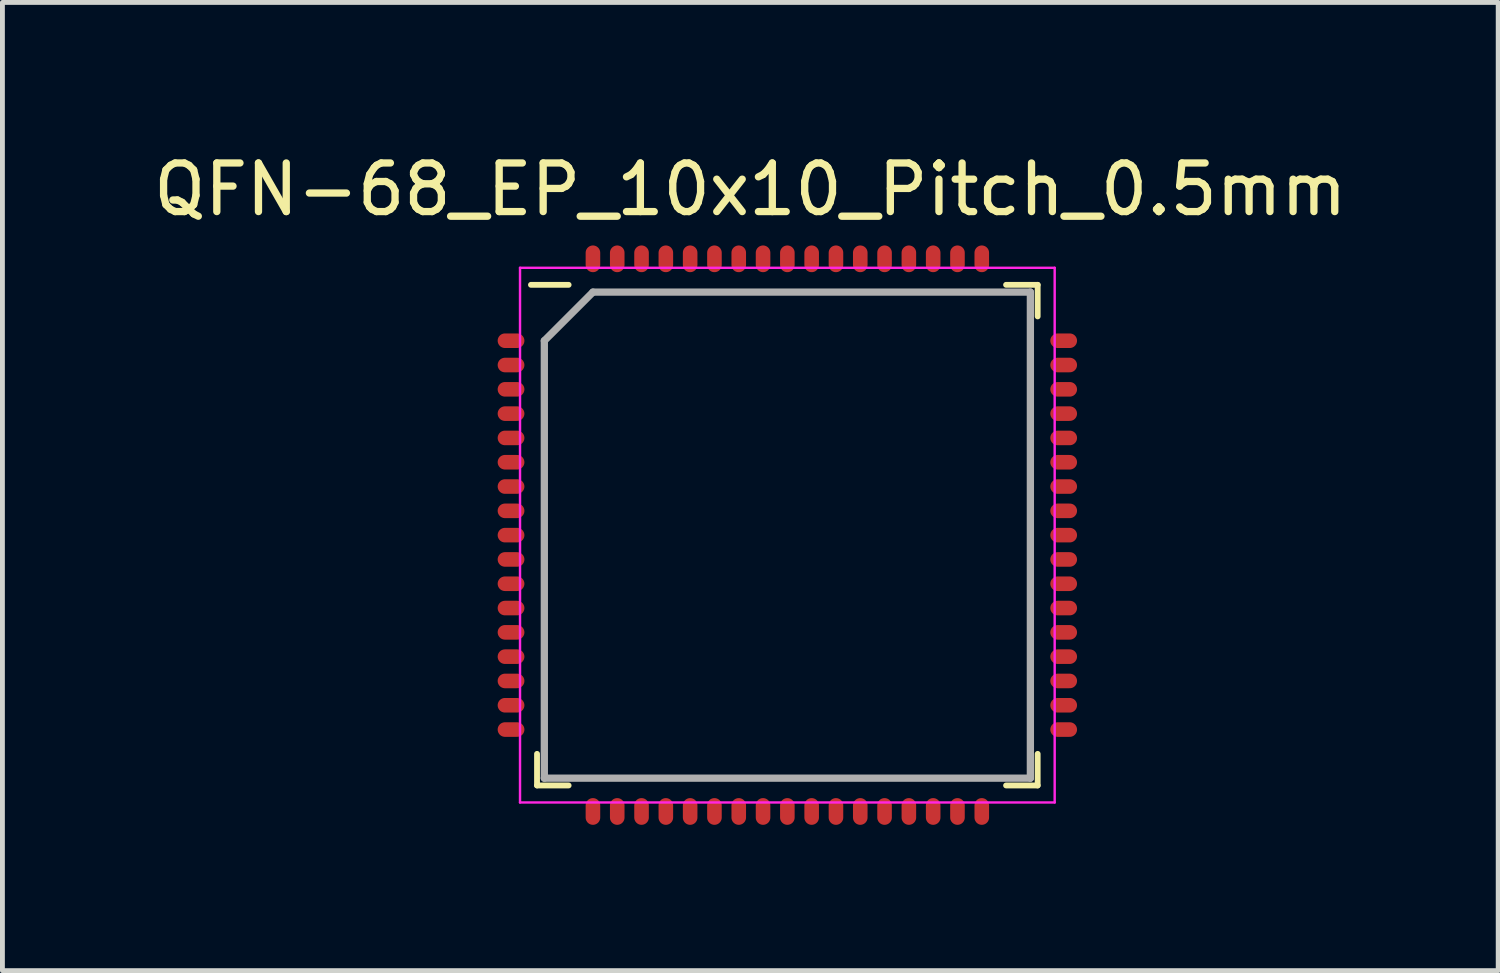
<source format=kicad_pcb>
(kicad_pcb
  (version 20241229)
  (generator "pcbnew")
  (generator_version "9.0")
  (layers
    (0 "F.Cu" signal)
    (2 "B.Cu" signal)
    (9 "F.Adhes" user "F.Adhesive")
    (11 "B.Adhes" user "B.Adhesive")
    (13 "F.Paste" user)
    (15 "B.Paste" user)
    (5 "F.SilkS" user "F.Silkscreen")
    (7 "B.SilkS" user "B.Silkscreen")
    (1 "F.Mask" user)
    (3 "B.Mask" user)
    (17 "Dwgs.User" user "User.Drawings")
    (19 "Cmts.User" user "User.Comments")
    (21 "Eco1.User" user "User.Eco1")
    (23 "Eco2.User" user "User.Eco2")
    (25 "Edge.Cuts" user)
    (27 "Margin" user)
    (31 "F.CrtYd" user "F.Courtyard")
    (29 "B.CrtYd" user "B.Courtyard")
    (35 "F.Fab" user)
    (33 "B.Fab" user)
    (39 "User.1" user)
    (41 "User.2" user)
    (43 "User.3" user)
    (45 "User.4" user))
  (footprint "QFN-68_EP_10x10_Pitch_0.5mm"
    (layer "F.Cu")
    (at 13.149 7.96)
    (property "Reference" "QFN-68_EP_10x10_Pitch_0.5mm" (at -0.762 -7.112 0) (layer "F.SilkS") (effects (font (size 1 1) (thickness 0.15))))
    (attr smd)
    (fp_line (start -5.15 5.15) (end -5.15 4.5) (stroke (width 0.12) (type solid)) (layer "F.SilkS"))
    (fp_line (start -4.5 -5.15) (end -5.275 -5.15) (stroke (width 0.12) (type solid)) (layer "F.SilkS"))
    (fp_line (start -4.5 5.15) (end -5.15 5.15) (stroke (width 0.12) (type solid)) (layer "F.SilkS"))
    (fp_line (start 4.5 -5.15) (end 5.15 -5.15) (stroke (width 0.12) (type solid)) (layer "F.SilkS"))
    (fp_line (start 4.5 5.15) (end 5.15 5.15) (stroke (width 0.12) (type solid)) (layer "F.SilkS"))
    (fp_line (start 5.15 -5.15) (end 5.15 -4.5) (stroke (width 0.12) (type solid)) (layer "F.SilkS"))
    (fp_line (start 5.15 5.15) (end 5.15 4.5) (stroke (width 0.12) (type solid)) (layer "F.SilkS"))
    (fp_line (start -5.5 -5.5) (end 5.5 -5.5) (stroke (width 0.05) (type solid)) (layer "F.CrtYd"))
    (fp_line (start -5.5 5.5) (end -5.5 -5.5) (stroke (width 0.05) (type solid)) (layer "F.CrtYd"))
    (fp_line (start 5.5 -5.5) (end 5.5 5.5) (stroke (width 0.05) (type solid)) (layer "F.CrtYd"))
    (fp_line (start 5.5 5.5) (end -5.5 5.5) (stroke (width 0.05) (type solid)) (layer "F.CrtYd"))
    (fp_line (start -5 -4) (end -5 5) (stroke (width 0.15) (type solid)) (layer "F.Fab"))
    (fp_line (start -5 5) (end 5 5) (stroke (width 0.15) (type solid)) (layer "F.Fab"))
    (fp_line (start -4 -5) (end -5 -4) (stroke (width 0.15) (type solid)) (layer "F.Fab"))
    (fp_line (start 5 -5) (end -4 -5) (stroke (width 0.15) (type solid)) (layer "F.Fab"))
    (fp_line (start 5 5) (end 5 -5) (stroke (width 0.15) (type solid)) (layer "F.Fab"))
    (pad "" smd rect (at -2.88 -2.88) (size 1.92 1.92) (layers "F.Paste"))
    (pad "" smd rect (at -2.88 -0.96) (size 1.92 1.92) (layers "F.Paste"))
    (pad "" smd rect (at -2.88 0.96) (size 1.92 1.92) (layers "F.Paste"))
    (pad "" smd rect (at -2.88 2.88) (size 1.92 1.92) (layers "F.Paste"))
    (pad "" smd rect (at -0.96 -2.88) (size 1.92 1.92) (layers "F.Paste"))
    (pad "" smd rect (at -0.96 -0.96) (size 1.92 1.92) (layers "F.Paste"))
    (pad "" smd rect (at -0.96 -0.96) (size 1.92 1.92) (layers "F.Paste"))
    (pad "" smd rect (at -0.96 0.96) (size 1.92 1.92) (layers "F.Paste"))
    (pad "" smd rect (at -0.96 2.88) (size 1.92 1.92) (layers "F.Paste"))
    (pad "" smd rect (at 0.96 -2.88) (size 1.92 1.92) (layers "F.Paste"))
    (pad "" smd rect (at 0.96 -0.96) (size 1.92 1.92) (layers "F.Paste"))
    (pad "" smd rect (at 0.96 0.96) (size 1.92 1.92) (layers "F.Paste"))
    (pad "" smd rect (at 0.96 2.88) (size 1.92 1.92) (layers "F.Paste"))
    (pad "" smd rect (at 2.88 -2.88) (size 1.92 1.92) (layers "F.Paste"))
    (pad "" smd rect (at 2.88 -0.96) (size 1.92 1.92) (layers "F.Paste"))
    (pad "" smd rect (at 2.88 0.96) (size 1.92 1.92) (layers "F.Paste"))
    (pad "" smd rect (at 2.88 2.88) (size 1.92 1.92) (layers "F.Paste"))
    (pad "CC0" smd oval (at -5.685 0.5 90) (size 0.3 0.55) (layers "F.Cu" "F.Mask" "F.Paste"))
    (pad "CC1" smd oval (at -5.685 1 90) (size 0.3 0.55) (layers "F.Cu" "F.Mask" "F.Paste"))
    (pad "CLK" smd oval (at -5.685 -0.5 90) (size 0.3 0.55) (layers "F.Cu" "F.Mask" "F.Paste"))
    (pad "CLK'" smd oval (at -5.685 0 90) (size 0.3 0.55) (layers "F.Cu" "F.Mask" "F.Paste"))
    (pad "DINN1" smd oval (at -2.5 -5.685) (size 0.3 0.55) (layers "F.Cu" "F.Mask" "F.Paste"))
    (pad "DINN2" smd oval (at -1.5 -5.685) (size 0.3 0.55) (layers "F.Cu" "F.Mask" "F.Paste"))
    (pad "DINN3" smd oval (at -0.5 -5.685) (size 0.3 0.55) (layers "F.Cu" "F.Mask" "F.Paste"))
    (pad "DINN4" smd oval (at 0.5 -5.685) (size 0.3 0.55) (layers "F.Cu" "F.Mask" "F.Paste"))
    (pad "DINN5" smd oval (at -2.5 5.685) (size 0.3 0.55) (layers "F.Cu" "F.Mask" "F.Paste"))
    (pad "DINN6" smd oval (at -1.5 5.685) (size 0.3 0.55) (layers "F.Cu" "F.Mask" "F.Paste"))
    (pad "DINN7" smd oval (at -0.5 5.685) (size 0.3 0.55) (layers "F.Cu" "F.Mask" "F.Paste"))
    (pad "DINN8" smd oval (at 0.5 5.685) (size 0.3 0.55) (layers "F.Cu" "F.Mask" "F.Paste"))
    (pad "DINP1" smd oval (at -3 -5.685) (size 0.3 0.55) (layers "F.Cu" "F.Mask" "F.Paste"))
    (pad "DINP2" smd oval (at -2 -5.685) (size 0.3 0.55) (layers "F.Cu" "F.Mask" "F.Paste"))
    (pad "DINP3" smd oval (at -1 -5.685) (size 0.3 0.55) (layers "F.Cu" "F.Mask" "F.Paste"))
    (pad "DINP4" smd oval (at 0 -5.685) (size 0.3 0.55) (layers "F.Cu" "F.Mask" "F.Paste"))
    (pad "DINP5" smd oval (at -3 5.685) (size 0.3 0.55) (layers "F.Cu" "F.Mask" "F.Paste"))
    (pad "DINP6" smd oval (at -2 5.685) (size 0.3 0.55) (layers "F.Cu" "F.Mask" "F.Paste"))
    (pad "DINP7" smd oval (at -1 5.685) (size 0.3 0.55) (layers "F.Cu" "F.Mask" "F.Paste"))
    (pad "DINP8" smd oval (at 0 5.685) (size 0.3 0.55) (layers "F.Cu" "F.Mask" "F.Paste"))
    (pad "GND" smd oval (at -4 -5.685) (size 0.3 0.55) (layers "F.Cu" "F.Mask" "F.Paste"))
    (pad "GND" smd oval (at -4 5.685) (size 0.3 0.55) (layers "F.Cu" "F.Mask" "F.Paste"))
    (pad "GND" smd oval (at 3.5 -5.685) (size 0.3 0.55) (layers "F.Cu" "F.Mask" "F.Paste"))
    (pad "GND" smd oval (at 3.5 5.685) (size 0.3 0.55) (layers "F.Cu" "F.Mask" "F.Paste"))
    (pad "GND" smd oval (at 5.685 0 90) (size 0.3 0.55) (layers "F.Cu" "F.Mask" "F.Paste"))
    (pad "LDO_EN'" smd oval (at -5.685 -2 90) (size 0.3 0.55) (layers "F.Cu" "F.Mask" "F.Paste"))
    (pad "LVOUT1" smd oval (at -5.685 -4 90) (size 0.3 0.55) (layers "F.Cu" "F.Mask" "F.Paste"))
    (pad "LVOUT2" smd oval (at -5.685 -3.5 90) (size 0.3 0.55) (layers "F.Cu" "F.Mask" "F.Paste"))
    (pad "LVOUT3" smd oval (at -5.685 -3 90) (size 0.3 0.55) (layers "F.Cu" "F.Mask" "F.Paste"))
    (pad "LVOUT4" smd oval (at -5.685 -2.5 90) (size 0.3 0.55) (layers "F.Cu" "F.Mask" "F.Paste"))
    (pad "LVOUT5" smd oval (at -5.685 2.5 90) (size 0.3 0.55) (layers "F.Cu" "F.Mask" "F.Paste"))
    (pad "LVOUT6" smd oval (at -5.685 3 90) (size 0.3 0.55) (layers "F.Cu" "F.Mask" "F.Paste"))
    (pad "LVOUT7" smd oval (at -5.685 3.5 90) (size 0.3 0.55) (layers "F.Cu" "F.Mask" "F.Paste"))
    (pad "LVOUT8" smd oval (at -5.685 4 90) (size 0.3 0.55) (layers "F.Cu" "F.Mask" "F.Paste"))
    (pad "MODE0" smd oval (at -5.685 1.5 90) (size 0.3 0.55) (layers "F.Cu" "F.Mask" "F.Paste"))
    (pad "MODE1" smd oval (at -5.685 2 90) (size 0.3 0.55) (layers "F.Cu" "F.Mask" "F.Paste"))
    (pad "OUT1" smd oval (at 5.685 -4 90) (size 0.3 0.55) (layers "F.Cu" "F.Mask" "F.Paste"))
    (pad "OUT2" smd oval (at 5.685 -3 90) (size 0.3 0.55) (layers "F.Cu" "F.Mask" "F.Paste"))
    (pad "OUT3" smd oval (at 5.685 -2 90) (size 0.3 0.55) (layers "F.Cu" "F.Mask" "F.Paste"))
    (pad "OUT4" smd oval (at 5.685 -1 90) (size 0.3 0.55) (layers "F.Cu" "F.Mask" "F.Paste"))
    (pad "OUT5" smd oval (at 5.685 1 90) (size 0.3 0.55) (layers "F.Cu" "F.Mask" "F.Paste"))
    (pad "OUT6" smd oval (at 5.685 2 90) (size 0.3 0.55) (layers "F.Cu" "F.Mask" "F.Paste"))
    (pad "OUT7" smd oval (at 5.685 3 90) (size 0.3 0.55) (layers "F.Cu" "F.Mask" "F.Paste"))
    (pad "OUT8" smd oval (at 5.685 4 90) (size 0.3 0.55) (layers "F.Cu" "F.Mask" "F.Paste"))
    (pad "SYNC" smd oval (at -5.685 -1 90) (size 0.3 0.55) (layers "F.Cu" "F.Mask" "F.Paste"))
    (pad "THP" smd oval (at -5.685 -1.5 90) (size 0.3 0.55) (layers "F.Cu" "F.Mask" "F.Paste"))
    (pad "VCC" smd oval (at 1 -5.685) (size 0.3 0.55) (layers "F.Cu" "F.Mask" "F.Paste"))
    (pad "VCC" smd oval (at 1 5.685) (size 0.3 0.55) (layers "F.Cu" "F.Mask" "F.Paste"))
    (pad "VDD" smd oval (at -3.5 -5.685) (size 0.3 0.55) (layers "F.Cu" "F.Mask" "F.Paste"))
    (pad "VDD" smd oval (at -3.5 5.685) (size 0.3 0.55) (layers "F.Cu" "F.Mask" "F.Paste"))
    (pad "VEE" smd oval (at 1.5 -5.685) (size 0.3 0.55) (layers "F.Cu" "F.Mask" "F.Paste"))
    (pad "VEE" smd oval (at 1.5 5.685) (size 0.3 0.55) (layers "F.Cu" "F.Mask" "F.Paste"))
    (pad "VGNA" smd oval (at 2 -5.685) (size 0.3 0.55) (layers "F.Cu" "F.Mask" "F.Paste"))
    (pad "VGNB" smd oval (at 2 5.685) (size 0.3 0.55) (layers "F.Cu" "F.Mask" "F.Paste"))
    (pad "VGPA" smd oval (at 2.5 -5.685) (size 0.3 0.55) (layers "F.Cu" "F.Mask" "F.Paste"))
    (pad "VGPB" smd oval (at 2.5 5.685) (size 0.3 0.55) (layers "F.Cu" "F.Mask" "F.Paste"))
    (pad "VNNA" smd oval (at 4 -5.685) (size 0.3 0.55) (layers "F.Cu" "F.Mask" "F.Paste"))
    (pad "VNNA" smd oval (at 5.685 -2.5 90) (size 0.3 0.55) (layers "F.Cu" "F.Mask" "F.Paste"))
    (pad "VNNA" smd oval (at 5.685 -0.5 90) (size 0.3 0.55) (layers "F.Cu" "F.Mask" "F.Paste"))
    (pad "VNNB" smd oval (at 4 5.685) (size 0.3 0.55) (layers "F.Cu" "F.Mask" "F.Paste"))
    (pad "VNNB" smd oval (at 5.685 0.5 90) (size 0.3 0.55) (layers "F.Cu" "F.Mask" "F.Paste"))
    (pad "VNNB" smd oval (at 5.685 2.5 90) (size 0.3 0.55) (layers "F.Cu" "F.Mask" "F.Paste"))
    (pad "VPPA" smd oval (at 3 -5.685) (size 0.3 0.55) (layers "F.Cu" "F.Mask" "F.Paste"))
    (pad "VPPA" smd oval (at 5.685 -3.5 90) (size 0.3 0.55) (layers "F.Cu" "F.Mask" "F.Paste"))
    (pad "VPPA" smd oval (at 5.685 -1.5 90) (size 0.3 0.55) (layers "F.Cu" "F.Mask" "F.Paste"))
    (pad "VPPB" smd oval (at 3 5.685) (size 0.3 0.55) (layers "F.Cu" "F.Mask" "F.Paste"))
    (pad "VPPB" smd oval (at 5.685 1.5 90) (size 0.3 0.55) (layers "F.Cu" "F.Mask" "F.Paste"))
    (pad "VPPB" smd oval (at 5.685 3.5 90) (size 0.3 0.55) (layers "F.Cu" "F.Mask" "F.Paste")))
  (gr_rect
    (start -3 -3)
    (end 27.774 16.92)
    (stroke (width 0.1) (type default))
    (fill no)
    (layer "Edge.Cuts")))
</source>
